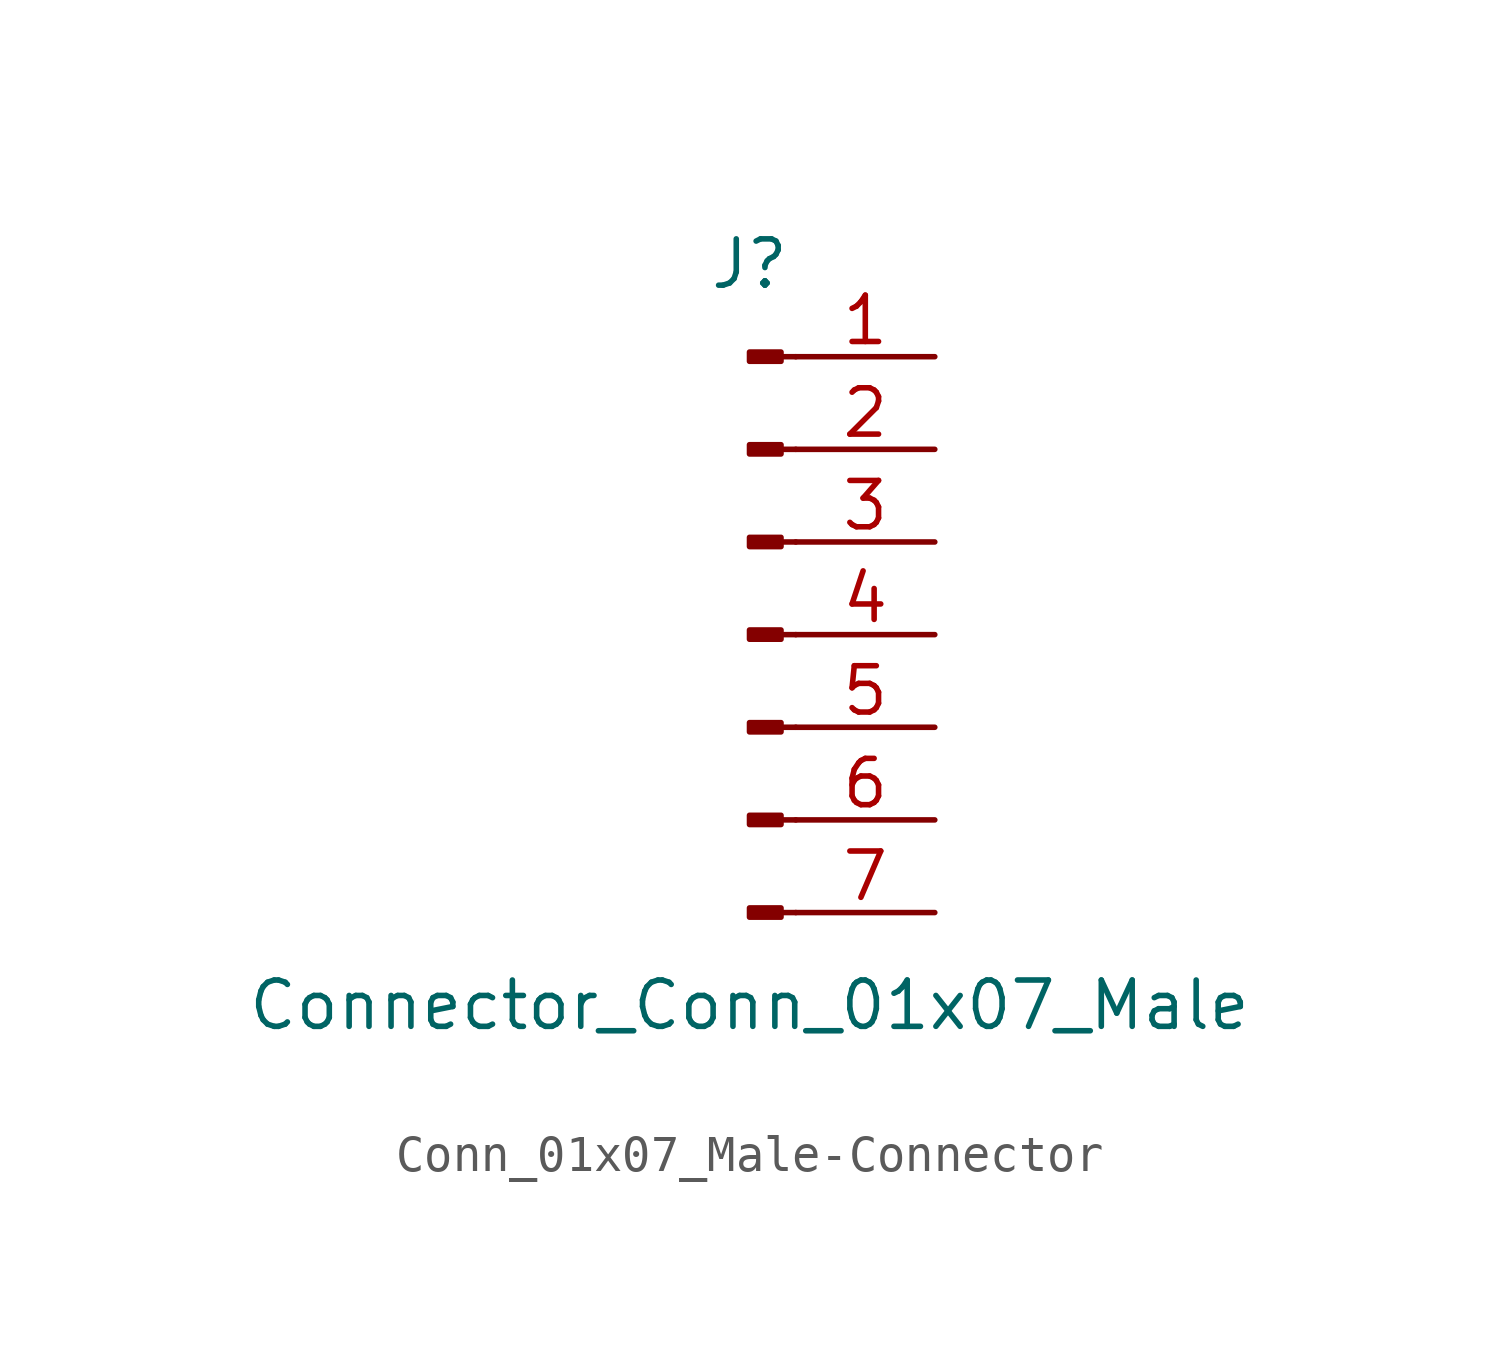
<source format=kicad_sym>
(kicad_symbol_lib
  (version 20231120)
  (generator "kicad_symbol_editor")
  (generator_version "8.0")
  (symbol "Conn_01x07_Male-Connector"
    (pin_names
      (offset 1.016) hide)
    (property "Reference" "J"
      (at 0 10.16 0)
      (effects (font (size 1.27 1.27))))
    (property "Value" "Connector_Conn_01x07_Male"
      (at 0 -10.16 0)
      (effects (font (size 1.27 1.27))))
    (symbol "Conn_01x07_Male-Connector_1_1"
      (polyline (pts (xy 1.27 -7.62) (xy 0.864 -7.62)) (stroke (width 0.152) (type solid)) (fill (type none)))
      (polyline (pts (xy 1.27 -5.08) (xy 0.864 -5.08)) (stroke (width 0.152) (type solid)) (fill (type none)))
      (polyline (pts (xy 1.27 -2.54) (xy 0.864 -2.54)) (stroke (width 0.152) (type solid)) (fill (type none)))
      (polyline (pts (xy 1.27 0) (xy 0.864 0)) (stroke (width 0.152) (type solid)) (fill (type none)))
      (polyline (pts (xy 1.27 2.54) (xy 0.864 2.54)) (stroke (width 0.152) (type solid)) (fill (type none)))
      (polyline (pts (xy 1.27 5.08) (xy 0.864 5.08)) (stroke (width 0.152) (type solid)) (fill (type none)))
      (polyline (pts (xy 1.27 7.62) (xy 0.864 7.62)) (stroke (width 0.152) (type solid)) (fill (type none)))
      (rectangle (start 0.864 -7.493) (end 0 -7.747) (stroke (width 0.152) (type solid)) (fill (type outline)))
      (rectangle (start 0.864 -4.953) (end 0 -5.207) (stroke (width 0.152) (type solid)) (fill (type outline)))
      (rectangle (start 0.864 -2.413) (end 0 -2.667) (stroke (width 0.152) (type solid)) (fill (type outline)))
      (rectangle (start 0.864 0.127) (end 0 -0.127) (stroke (width 0.152) (type solid)) (fill (type outline)))
      (rectangle (start 0.864 2.667) (end 0 2.413) (stroke (width 0.152) (type solid)) (fill (type outline)))
      (rectangle (start 0.864 5.207) (end 0 4.953) (stroke (width 0.152) (type solid)) (fill (type outline)))
      (rectangle (start 0.864 7.747) (end 0 7.493) (stroke (width 0.152) (type solid)) (fill (type outline)))
      (pin passive line (at 5.08 7.62 180) (length 3.81) (name "Pin_1" (effects (font (size 1.27 1.27)))) (number "1" (effects (font (size 1.27 1.27)))))
      (pin passive line (at 5.08 5.08 180) (length 3.81) (name "Pin_2" (effects (font (size 1.27 1.27)))) (number "2" (effects (font (size 1.27 1.27)))))
      (pin passive line (at 5.08 2.54 180) (length 3.81) (name "Pin_3" (effects (font (size 1.27 1.27)))) (number "3" (effects (font (size 1.27 1.27)))))
      (pin passive line (at 5.08 0 180) (length 3.81) (name "Pin_4" (effects (font (size 1.27 1.27)))) (number "4" (effects (font (size 1.27 1.27)))))
      (pin passive line (at 5.08 -2.54 180) (length 3.81) (name "Pin_5" (effects (font (size 1.27 1.27)))) (number "5" (effects (font (size 1.27 1.27)))))
      (pin passive line (at 5.08 -5.08 180) (length 3.81) (name "Pin_6" (effects (font (size 1.27 1.27)))) (number "6" (effects (font (size 1.27 1.27)))))
      (pin passive line (at 5.08 -7.62 180) (length 3.81) (name "Pin_7" (effects (font (size 1.27 1.27)))) (number "7" (effects (font (size 1.27 1.27))))))))
</source>
